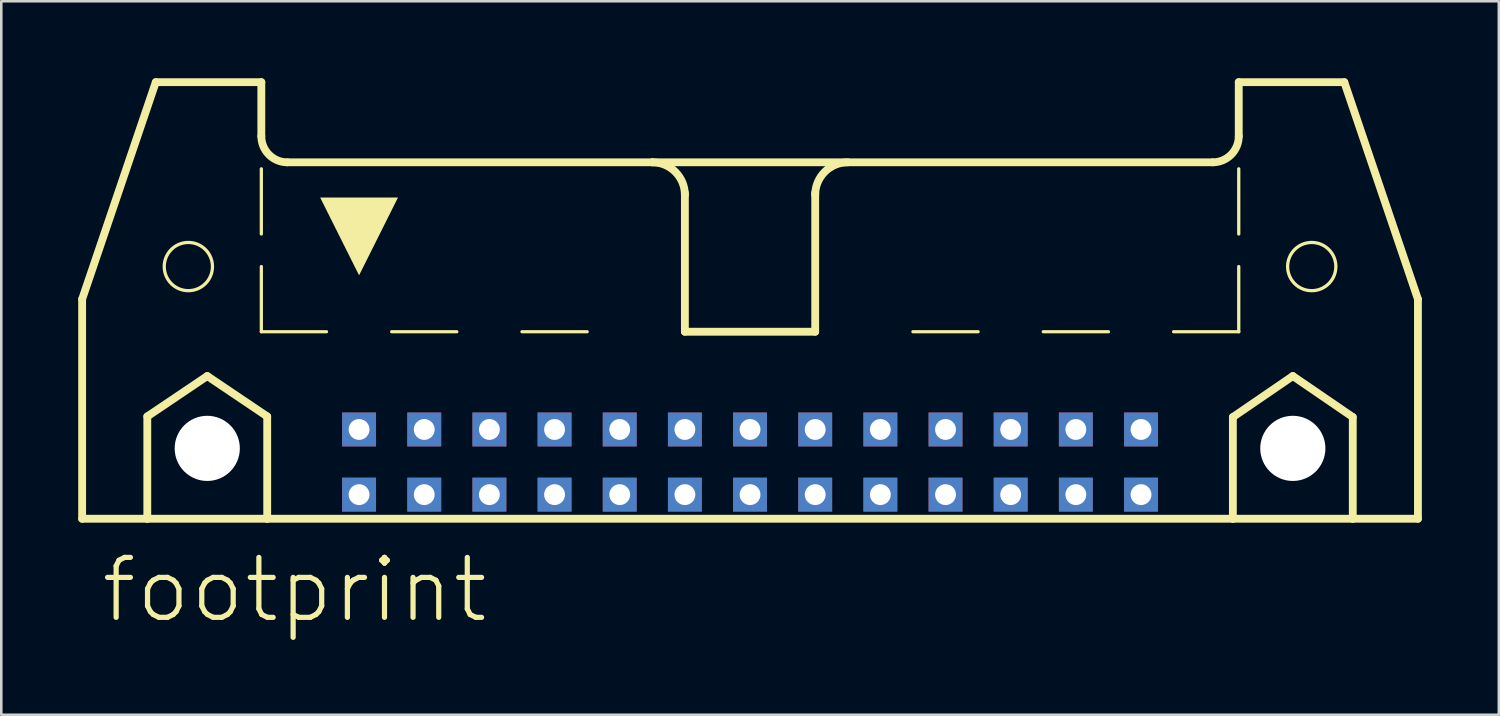
<source format=kicad_pcb>
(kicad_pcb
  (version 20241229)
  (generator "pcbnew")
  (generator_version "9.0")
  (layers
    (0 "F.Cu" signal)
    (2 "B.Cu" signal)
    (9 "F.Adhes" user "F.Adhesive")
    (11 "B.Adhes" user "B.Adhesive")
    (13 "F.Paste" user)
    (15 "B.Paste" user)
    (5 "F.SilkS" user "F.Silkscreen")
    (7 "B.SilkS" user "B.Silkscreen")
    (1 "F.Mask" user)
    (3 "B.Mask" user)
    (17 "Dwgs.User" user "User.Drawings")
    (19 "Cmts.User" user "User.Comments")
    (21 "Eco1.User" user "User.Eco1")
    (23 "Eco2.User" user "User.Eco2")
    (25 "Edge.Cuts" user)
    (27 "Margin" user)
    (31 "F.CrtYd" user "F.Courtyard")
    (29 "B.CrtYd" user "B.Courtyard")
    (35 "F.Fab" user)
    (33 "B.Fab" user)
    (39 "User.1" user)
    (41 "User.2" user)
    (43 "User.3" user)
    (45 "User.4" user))
  (footprint "footprint"
    (layer "F.Cu")
    (at 26.187 11.151)
    (property "Reference" "footprint" (at -25.4 10.16 0) (layer "F.SilkS") (effects (font (size 2.337 2.337) (thickness 0.203)) (justify left bottom)))
    (fp_line (start -26.035 -2.54) (end -26.035 6.02) (stroke (width 0.305) (type solid)) (layer "F.SilkS"))
    (fp_line (start -26.035 -2.54) (end -23.165 -10.998) (stroke (width 0.305) (type solid)) (layer "F.SilkS"))
    (fp_line (start -26.035 6.02) (end -23.495 6.02) (stroke (width 0.305) (type solid)) (layer "F.SilkS"))
    (fp_line (start -23.495 2.032) (end -21.158 0.457) (stroke (width 0.305) (type solid)) (layer "F.SilkS"))
    (fp_line (start -23.495 6.02) (end -23.495 2.032) (stroke (width 0.305) (type solid)) (layer "F.SilkS"))
    (fp_line (start -23.495 6.02) (end -18.821 6.02) (stroke (width 0.305) (type solid)) (layer "F.SilkS"))
    (fp_line (start -21.158 0.457) (end -18.821 2.032) (stroke (width 0.305) (type solid)) (layer "F.SilkS"))
    (fp_line (start -19.05 -10.998) (end -23.165 -10.998) (stroke (width 0.305) (type solid)) (layer "F.SilkS"))
    (fp_line (start -19.05 -8.89) (end -19.05 -10.998) (stroke (width 0.305) (type solid)) (layer "F.SilkS"))
    (fp_line (start -19.05 -5.08) (end -19.05 -7.62) (stroke (width 0.127) (type solid)) (layer "F.SilkS"))
    (fp_line (start -19.05 -1.27) (end -19.05 -3.81) (stroke (width 0.127) (type solid)) (layer "F.SilkS"))
    (fp_line (start -19.05 -1.27) (end -16.51 -1.27) (stroke (width 0.127) (type solid)) (layer "F.SilkS"))
    (fp_line (start -18.821 2.032) (end -18.821 6.02) (stroke (width 0.305) (type solid)) (layer "F.SilkS"))
    (fp_line (start -18.821 6.02) (end 18.821 6.02) (stroke (width 0.305) (type solid)) (layer "F.SilkS"))
    (fp_line (start -13.97 -1.27) (end -11.43 -1.27) (stroke (width 0.127) (type solid)) (layer "F.SilkS"))
    (fp_line (start -8.89 -1.27) (end -6.35 -1.27) (stroke (width 0.127) (type solid)) (layer "F.SilkS"))
    (fp_line (start -3.81 -7.874) (end -18.034 -7.874) (stroke (width 0.305) (type solid)) (layer "F.SilkS"))
    (fp_line (start -3.81 -7.874) (end 18.034 -7.874) (stroke (width 0.305) (type solid)) (layer "F.SilkS"))
    (fp_line (start -2.54 -1.27) (end -2.54 -6.68) (stroke (width 0.305) (type solid)) (layer "F.SilkS"))
    (fp_line (start 0 -1.27) (end 2.54 -1.27) (stroke (width 0.127) (type solid)) (layer "F.SilkS"))
    (fp_line (start 2.54 -1.27) (end -2.54 -1.27) (stroke (width 0.305) (type solid)) (layer "F.SilkS"))
    (fp_line (start 2.54 -1.27) (end 2.54 -6.68) (stroke (width 0.305) (type solid)) (layer "F.SilkS"))
    (fp_line (start 8.89 -1.27) (end 6.35 -1.27) (stroke (width 0.127) (type solid)) (layer "F.SilkS"))
    (fp_line (start 13.97 -1.27) (end 11.43 -1.27) (stroke (width 0.127) (type solid)) (layer "F.SilkS"))
    (fp_line (start 18.821 2.057) (end 21.158 0.457) (stroke (width 0.305) (type solid)) (layer "F.SilkS"))
    (fp_line (start 18.821 6.02) (end 18.821 2.057) (stroke (width 0.305) (type solid)) (layer "F.SilkS"))
    (fp_line (start 18.821 6.02) (end 23.495 6.02) (stroke (width 0.305) (type solid)) (layer "F.SilkS"))
    (fp_line (start 19.05 -10.998) (end 23.165 -10.998) (stroke (width 0.305) (type solid)) (layer "F.SilkS"))
    (fp_line (start 19.05 -8.89) (end 19.05 -10.998) (stroke (width 0.305) (type solid)) (layer "F.SilkS"))
    (fp_line (start 19.05 -5.08) (end 19.05 -7.62) (stroke (width 0.127) (type solid)) (layer "F.SilkS"))
    (fp_line (start 19.05 -1.27) (end 16.51 -1.27) (stroke (width 0.127) (type solid)) (layer "F.SilkS"))
    (fp_line (start 19.05 -1.27) (end 19.05 -3.81) (stroke (width 0.127) (type solid)) (layer "F.SilkS"))
    (fp_line (start 21.158 0.457) (end 23.495 2.057) (stroke (width 0.305) (type solid)) (layer "F.SilkS"))
    (fp_line (start 23.495 2.057) (end 23.495 6.02) (stroke (width 0.305) (type solid)) (layer "F.SilkS"))
    (fp_line (start 23.495 6.02) (end 26.035 6.02) (stroke (width 0.305) (type solid)) (layer "F.SilkS"))
    (fp_line (start 26.035 -2.54) (end 23.165 -10.998) (stroke (width 0.305) (type solid)) (layer "F.SilkS"))
    (fp_line (start 26.035 6.02) (end 26.035 -2.54) (stroke (width 0.305) (type solid)) (layer "F.SilkS"))
    (fp_arc (start -18.034 -7.874) (mid -18.75242 -8.17158) (end -19.05 -8.89) (stroke (width 0.3048) (type solid)) (layer "F.SilkS"))
    (fp_arc (start -3.81 -7.874) (mid -2.911974 -7.502026) (end -2.54 -6.604) (stroke (width 0.3048) (type solid)) (layer "F.SilkS"))
    (fp_arc (start 2.54 -6.604) (mid 2.911974 -7.502026) (end 3.81 -7.874) (stroke (width 0.3048) (type solid)) (layer "F.SilkS"))
    (fp_arc (start 19.05 -8.89) (mid 18.75242 -8.17158) (end 18.034 -7.874) (stroke (width 0.3048) (type solid)) (layer "F.SilkS"))
    (fp_circle (center -21.895 -3.81) (end -20.955 -3.81) (stroke (width 0.127) (type solid)) (fill no) (layer "F.SilkS"))
    (fp_circle (center 21.895 -3.81) (end 22.835 -3.81) (stroke (width 0.127) (type solid)) (fill no) (layer "F.SilkS"))
    (fp_poly (pts (xy -15.24 -3.469) (xy -16.757 -6.502) (xy -13.723 -6.502)) (stroke (width 0) (type solid)) (fill yes) (layer "F.SilkS"))
    (pad "" np_thru_hole circle (at -21.158 3.277) (size 2.54 2.54) (drill 2.54) (layers "*.Cu" "*.Mask"))
    (pad "" np_thru_hole circle (at 21.158 3.277) (size 2.54 2.54) (drill 2.54) (layers "*.Cu" "*.Mask"))
    (pad "1" thru_hole rect (at -15.24 5.08) (size 1.321 1.321) (drill 0.813) (layers "*.Cu" "*.Mask"))
    (pad "2" thru_hole rect (at -15.24 2.54) (size 1.321 1.321) (drill 0.813) (layers "*.Cu" "*.Mask"))
    (pad "3" thru_hole rect (at -12.7 5.08) (size 1.321 1.321) (drill 0.813) (layers "*.Cu" "*.Mask"))
    (pad "4" thru_hole rect (at -12.7 2.54) (size 1.321 1.321) (drill 0.813) (layers "*.Cu" "*.Mask"))
    (pad "5" thru_hole rect (at -10.16 5.08) (size 1.321 1.321) (drill 0.813) (layers "*.Cu" "*.Mask"))
    (pad "6" thru_hole rect (at -10.16 2.54) (size 1.321 1.321) (drill 0.813) (layers "*.Cu" "*.Mask"))
    (pad "7" thru_hole rect (at -7.62 5.08) (size 1.321 1.321) (drill 0.813) (layers "*.Cu" "*.Mask"))
    (pad "8" thru_hole rect (at -7.62 2.54) (size 1.321 1.321) (drill 0.813) (layers "*.Cu" "*.Mask"))
    (pad "9" thru_hole rect (at -5.08 5.08) (size 1.321 1.321) (drill 0.813) (layers "*.Cu" "*.Mask"))
    (pad "10" thru_hole rect (at -5.08 2.54) (size 1.321 1.321) (drill 0.813) (layers "*.Cu" "*.Mask"))
    (pad "11" thru_hole rect (at -2.54 5.08) (size 1.321 1.321) (drill 0.813) (layers "*.Cu" "*.Mask"))
    (pad "12" thru_hole rect (at -2.54 2.54) (size 1.321 1.321) (drill 0.813) (layers "*.Cu" "*.Mask"))
    (pad "13" thru_hole rect (at 0 5.08) (size 1.321 1.321) (drill 0.813) (layers "*.Cu" "*.Mask"))
    (pad "14" thru_hole rect (at 0 2.54) (size 1.321 1.321) (drill 0.813) (layers "*.Cu" "*.Mask"))
    (pad "15" thru_hole rect (at 2.54 5.08) (size 1.321 1.321) (drill 0.813) (layers "*.Cu" "*.Mask"))
    (pad "16" thru_hole rect (at 2.54 2.54) (size 1.321 1.321) (drill 0.813) (layers "*.Cu" "*.Mask"))
    (pad "17" thru_hole rect (at 5.08 5.08) (size 1.321 1.321) (drill 0.813) (layers "*.Cu" "*.Mask"))
    (pad "18" thru_hole rect (at 5.08 2.54) (size 1.321 1.321) (drill 0.813) (layers "*.Cu" "*.Mask"))
    (pad "19" thru_hole rect (at 7.62 5.08) (size 1.321 1.321) (drill 0.813) (layers "*.Cu" "*.Mask"))
    (pad "20" thru_hole rect (at 7.62 2.54) (size 1.321 1.321) (drill 0.813) (layers "*.Cu" "*.Mask"))
    (pad "21" thru_hole rect (at 10.16 5.08) (size 1.321 1.321) (drill 0.813) (layers "*.Cu" "*.Mask"))
    (pad "22" thru_hole rect (at 10.16 2.54) (size 1.321 1.321) (drill 0.813) (layers "*.Cu" "*.Mask"))
    (pad "23" thru_hole rect (at 12.7 5.08) (size 1.321 1.321) (drill 0.813) (layers "*.Cu" "*.Mask"))
    (pad "24" thru_hole rect (at 12.7 2.54) (size 1.321 1.321) (drill 0.813) (layers "*.Cu" "*.Mask"))
    (pad "25" thru_hole rect (at 15.24 5.08) (size 1.321 1.321) (drill 0.813) (layers "*.Cu" "*.Mask"))
    (pad "26" thru_hole rect (at 15.24 2.54) (size 1.321 1.321) (drill 0.813) (layers "*.Cu" "*.Mask"))
    (zone (net_name "") (layer "B.Cu") (hatch edge 0.508) (connect_pads) (min_thickness 0.254) (filled_areas_thickness no) (keepout (tracks not_allowed) (vias not_allowed) (pads not_allowed) (copperpour not_allowed) (footprints allowed)) (placement (enabled no)) (fill) (polygon (pts (xy 7.595 14.427) (xy 7.556 13.982) (xy 7.44 13.55) (xy 7.251 13.145) (xy 6.994 12.778) (xy 6.678 12.462) (xy 6.312 12.205) (xy 5.907 12.017) (xy 5.475 11.901) (xy 5.029 11.862) (xy 4.584 11.901) (xy 4.152 12.017) (xy 3.747 12.205) (xy 3.38 12.462) (xy 3.064 12.778) (xy 2.807 13.145) (xy 2.619 13.55) (xy 2.503 13.982) (xy 2.464 14.427) (xy 2.503 14.873) (xy 2.619 15.305) (xy 2.807 15.71) (xy 3.064 16.076) (xy 3.38 16.392) (xy 3.747 16.649) (xy 4.152 16.838) (xy 4.584 16.954) (xy 5.029 16.993) (xy 5.475 16.954) (xy 5.907 16.838) (xy 6.312 16.649) (xy 6.678 16.392) (xy 6.994 16.076) (xy 7.251 15.71) (xy 7.44 15.305) (xy 7.556 14.873))) (polygon (pts (xy 6.325 14.427) (xy 6.305 14.202) (xy 6.246 13.984) (xy 6.151 13.78) (xy 6.022 13.595) (xy 5.862 13.435) (xy 5.677 13.305) (xy 5.472 13.21) (xy 5.254 13.151) (xy 5.029 13.132) (xy 4.804 13.151) (xy 4.586 13.21) (xy 4.381 13.305) (xy 4.197 13.435) (xy 4.037 13.595) (xy 3.907 13.78) (xy 3.812 13.984) (xy 3.753 14.202) (xy 3.734 14.427) (xy 3.753 14.652) (xy 3.812 14.87) (xy 3.907 15.075) (xy 4.037 15.26) (xy 4.197 15.42) (xy 4.381 15.549) (xy 4.586 15.644) (xy 4.804 15.703) (xy 5.029 15.723) (xy 5.254 15.703) (xy 5.472 15.644) (xy 5.677 15.549) (xy 5.862 15.42) (xy 6.022 15.26) (xy 6.151 15.075) (xy 6.246 14.87) (xy 6.305 14.652))))
    (zone (net_name "") (layer "B.Cu") (hatch edge 0.508) (connect_pads) (min_thickness 0.254) (filled_areas_thickness no) (keepout (tracks not_allowed) (vias not_allowed) (pads not_allowed) (copperpour not_allowed) (footprints allowed)) (placement (enabled no)) (fill) (polygon (pts (xy 49.911 14.427) (xy 49.872 13.982) (xy 49.756 13.55) (xy 49.567 13.145) (xy 49.311 12.778) (xy 48.995 12.462) (xy 48.628 12.205) (xy 48.223 12.017) (xy 47.791 11.901) (xy 47.346 11.862) (xy 46.9 11.901) (xy 46.468 12.017) (xy 46.063 12.205) (xy 45.697 12.462) (xy 45.38 12.778) (xy 45.124 13.145) (xy 44.935 13.55) (xy 44.819 13.982) (xy 44.78 14.427) (xy 44.819 14.873) (xy 44.935 15.305) (xy 45.124 15.71) (xy 45.38 16.076) (xy 45.697 16.392) (xy 46.063 16.649) (xy 46.468 16.838) (xy 46.9 16.954) (xy 47.346 16.993) (xy 47.791 16.954) (xy 48.223 16.838) (xy 48.628 16.649) (xy 48.995 16.392) (xy 49.311 16.076) (xy 49.567 15.71) (xy 49.756 15.305) (xy 49.872 14.873))) (polygon (pts (xy 48.641 14.427) (xy 48.621 14.202) (xy 48.563 13.984) (xy 48.467 13.78) (xy 48.338 13.595) (xy 48.178 13.435) (xy 47.993 13.305) (xy 47.789 13.21) (xy 47.571 13.151) (xy 47.346 13.132) (xy 47.121 13.151) (xy 46.903 13.21) (xy 46.698 13.305) (xy 46.513 13.435) (xy 46.353 13.595) (xy 46.224 13.78) (xy 46.128 13.984) (xy 46.07 14.202) (xy 46.05 14.427) (xy 46.07 14.652) (xy 46.128 14.87) (xy 46.224 15.075) (xy 46.353 15.26) (xy 46.513 15.42) (xy 46.698 15.549) (xy 46.903 15.644) (xy 47.121 15.703) (xy 47.346 15.723) (xy 47.571 15.703) (xy 47.789 15.644) (xy 47.993 15.549) (xy 48.178 15.42) (xy 48.338 15.26) (xy 48.467 15.075) (xy 48.563 14.87) (xy 48.621 14.652)))))
  (gr_rect
    (start -3 -3)
    (end 55.375 24.811)
    (stroke (width 0.1) (type default))
    (fill no)
    (layer "Edge.Cuts")))
</source>
